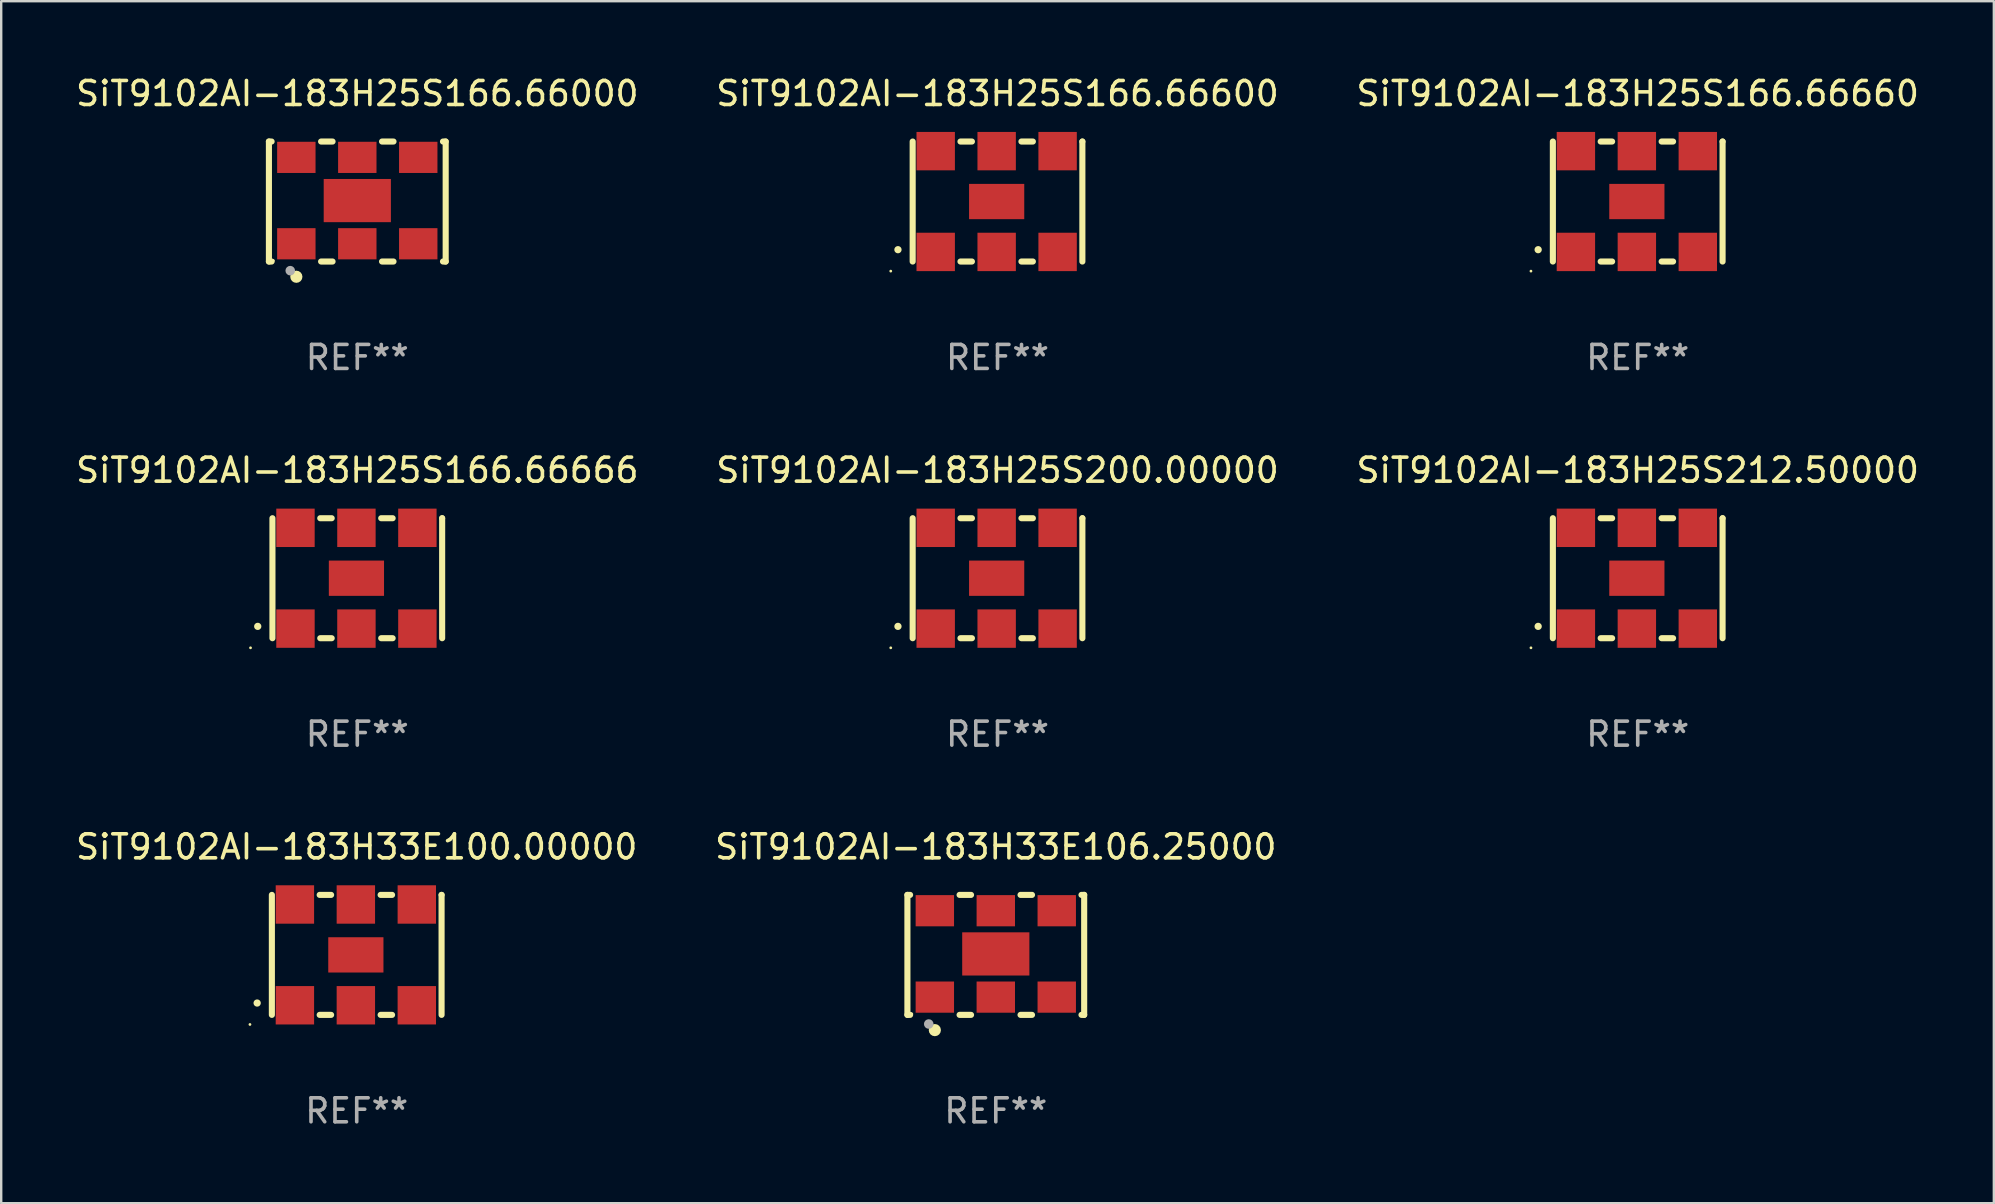
<source format=kicad_pcb>
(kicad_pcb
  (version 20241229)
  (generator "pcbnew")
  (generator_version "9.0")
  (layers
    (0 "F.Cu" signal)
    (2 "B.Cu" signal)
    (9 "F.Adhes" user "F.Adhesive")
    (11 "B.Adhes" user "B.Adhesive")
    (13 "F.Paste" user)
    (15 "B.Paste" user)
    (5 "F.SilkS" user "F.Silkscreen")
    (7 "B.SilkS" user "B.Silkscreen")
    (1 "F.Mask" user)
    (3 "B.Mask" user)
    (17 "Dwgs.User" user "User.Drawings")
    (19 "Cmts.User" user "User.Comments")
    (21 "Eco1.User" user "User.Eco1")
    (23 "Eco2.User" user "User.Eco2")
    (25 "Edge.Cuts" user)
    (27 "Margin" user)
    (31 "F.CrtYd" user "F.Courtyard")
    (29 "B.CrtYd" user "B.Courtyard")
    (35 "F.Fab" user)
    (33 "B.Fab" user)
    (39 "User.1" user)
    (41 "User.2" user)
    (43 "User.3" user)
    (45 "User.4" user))
  (footprint "SiT9102AI-183H33E100.00000"
    (layer "F.Cu")
    (at 11.815 36.741)
    (property "Reference" "SiT9102AI-183H33E100.00000" (at 0 -4.5 0) (layer "F.SilkS") (effects (font (size 1 1) (thickness 0.15))))
    (attr through_hole)
    (fp_line (start -3.536 -2.5) (end -3.536 2.5) (stroke (width 0.254) (type solid)) (layer "F.SilkS"))
    (fp_line (start -1.544 2.5) (end -1.067 2.5) (stroke (width 0.254) (type solid)) (layer "F.SilkS"))
    (fp_line (start -1.067 -2.5) (end -1.544 -2.5) (stroke (width 0.254) (type solid)) (layer "F.SilkS"))
    (fp_line (start 0.996 2.5) (end 1.473 2.5) (stroke (width 0.254) (type solid)) (layer "F.SilkS"))
    (fp_line (start 1.473 -2.5) (end 0.996 -2.5) (stroke (width 0.254) (type solid)) (layer "F.SilkS"))
    (fp_line (start 3.536 -2.5) (end 3.536 -2.5) (stroke (width 0.254) (type solid)) (layer "F.SilkS"))
    (fp_line (start 3.536 2.5) (end 3.536 -2.5) (stroke (width 0.254) (type solid)) (layer "F.SilkS"))
    (fp_arc (start -4.150432 2.006604) (mid -4.149162 2.006599) (end -4.147892 2.006604) (stroke (width 0.3) (type solid)) (layer "F.SilkS"))
    (fp_circle (center -4.449 2.9) (end -4.419 2.9) (stroke (width 0.06) (type solid)) (fill no) (layer "F.SilkS"))
    (fp_text user "REF**" (at 0 6.5 0) (layer "F.Fab") (effects (font (size 1 1) (thickness 0.15))))
    (pad "1" smd rect (at -2.576 2.1) (size 1.6 1.6) (layers "F.Cu" "F.Mask" "F.Paste"))
    (pad "2" smd rect (at -0.036 2.1) (size 1.6 1.6) (layers "F.Cu" "F.Mask" "F.Paste"))
    (pad "3" smd rect (at 2.504 2.1) (size 1.6 1.6) (layers "F.Cu" "F.Mask" "F.Paste"))
    (pad "4" smd rect (at 2.504 -2.1) (size 1.6 1.6) (layers "F.Cu" "F.Mask" "F.Paste"))
    (pad "5" smd rect (at -0.036 -2.1) (size 1.6 1.6) (layers "F.Cu" "F.Mask" "F.Paste"))
    (pad "6" smd rect (at -2.576 -2.1) (size 1.6 1.6) (layers "F.Cu" "F.Mask" "F.Paste"))
    (pad "7" smd rect (at -0.036 0) (size 2.3 1.47) (layers "F.Cu" "F.Mask" "F.Paste")))
  (footprint "SiT9102AI-183H33E106.25000"
    (layer "F.Cu")
    (at 38.446 36.741)
    (property "Reference" "SiT9102AI-183H33E106.25000" (at 0 -4.5 0) (layer "F.SilkS") (effects (font (size 1 1) (thickness 0.15))))
    (attr through_hole)
    (fp_line (start -3.683 -2.5) (end -3.571 -2.5) (stroke (width 0.254) (type solid)) (layer "F.SilkS"))
    (fp_line (start -3.683 2.5) (end -3.683 -2.5) (stroke (width 0.254) (type solid)) (layer "F.SilkS"))
    (fp_line (start -3.683 2.5) (end -3.571 2.5) (stroke (width 0.254) (type solid)) (layer "F.SilkS"))
    (fp_line (start -1.509 -2.5) (end -1.031 -2.5) (stroke (width 0.254) (type solid)) (layer "F.SilkS"))
    (fp_line (start -1.509 2.5) (end -1.031 2.5) (stroke (width 0.254) (type solid)) (layer "F.SilkS"))
    (fp_line (start 1.031 -2.5) (end 1.509 -2.5) (stroke (width 0.254) (type solid)) (layer "F.SilkS"))
    (fp_line (start 1.031 2.5) (end 1.509 2.5) (stroke (width 0.254) (type solid)) (layer "F.SilkS"))
    (fp_line (start 3.571 -2.5) (end 3.683 -2.5) (stroke (width 0.254) (type solid)) (layer "F.SilkS"))
    (fp_line (start 3.571 2.5) (end 3.683 2.5) (stroke (width 0.254) (type solid)) (layer "F.SilkS"))
    (fp_line (start 3.683 2.5) (end 3.683 -2.5) (stroke (width 0.254) (type solid)) (layer "F.SilkS"))
    (fp_circle (center -3.5 2.46) (end -3.47 2.46) (stroke (width 0.06) (type solid)) (fill no) (layer "F.SilkS"))
    (fp_circle (center -2.54 3.135) (end -2.413 3.135) (stroke (width 0.254) (type solid)) (fill no) (layer "F.SilkS"))
    (fp_circle (center -2.794 2.881) (end -2.694 2.881) (stroke (width 0.2) (type solid)) (fill no) (layer "F.Fab"))
    (fp_text user "REF**" (at 0 6.5 0) (layer "F.Fab") (effects (font (size 1 1) (thickness 0.15))))
    (pad "1" smd rect (at -2.54 1.76) (size 1.6 1.3) (layers "F.Cu" "F.Mask" "F.Paste"))
    (pad "2" smd rect (at 0 1.76) (size 1.6 1.3) (layers "F.Cu" "F.Mask" "F.Paste"))
    (pad "3" smd rect (at 2.54 1.76) (size 1.6 1.3) (layers "F.Cu" "F.Mask" "F.Paste"))
    (pad "4" smd rect (at 2.54 -1.84) (size 1.6 1.3) (layers "F.Cu" "F.Mask" "F.Paste"))
    (pad "5" smd rect (at 0 -1.84) (size 1.6 1.3) (layers "F.Cu" "F.Mask" "F.Paste"))
    (pad "6" smd rect (at -2.54 -1.84) (size 1.6 1.3) (layers "F.Cu" "F.Mask" "F.Paste"))
    (pad "7" smd rect (at 0 -0.04) (size 2.8 1.8) (layers "F.Cu" "F.Mask" "F.Paste")))
  (footprint "SiT9102AI-183H25S212.50000"
    (layer "F.Cu")
    (at 65.196 21.045)
    (property "Reference" "SiT9102AI-183H25S212.50000" (at 0 -4.5 0) (layer "F.SilkS") (effects (font (size 1 1) (thickness 0.15))))
    (attr through_hole)
    (fp_line (start -3.536 -2.5) (end -3.536 2.5) (stroke (width 0.254) (type solid)) (layer "F.SilkS"))
    (fp_line (start -1.544 2.5) (end -1.067 2.5) (stroke (width 0.254) (type solid)) (layer "F.SilkS"))
    (fp_line (start -1.067 -2.5) (end -1.544 -2.5) (stroke (width 0.254) (type solid)) (layer "F.SilkS"))
    (fp_line (start 0.996 2.5) (end 1.473 2.5) (stroke (width 0.254) (type solid)) (layer "F.SilkS"))
    (fp_line (start 1.473 -2.5) (end 0.996 -2.5) (stroke (width 0.254) (type solid)) (layer "F.SilkS"))
    (fp_line (start 3.536 -2.5) (end 3.536 -2.5) (stroke (width 0.254) (type solid)) (layer "F.SilkS"))
    (fp_line (start 3.536 2.5) (end 3.536 -2.5) (stroke (width 0.254) (type solid)) (layer "F.SilkS"))
    (fp_arc (start -4.150432 2.006604) (mid -4.149162 2.006599) (end -4.147892 2.006604) (stroke (width 0.3) (type solid)) (layer "F.SilkS"))
    (fp_circle (center -4.449 2.9) (end -4.419 2.9) (stroke (width 0.06) (type solid)) (fill no) (layer "F.SilkS"))
    (fp_text user "REF**" (at 0 6.5 0) (layer "F.Fab") (effects (font (size 1 1) (thickness 0.15))))
    (pad "1" smd rect (at -2.576 2.1) (size 1.6 1.6) (layers "F.Cu" "F.Mask" "F.Paste"))
    (pad "2" smd rect (at -0.036 2.1) (size 1.6 1.6) (layers "F.Cu" "F.Mask" "F.Paste"))
    (pad "3" smd rect (at 2.504 2.1) (size 1.6 1.6) (layers "F.Cu" "F.Mask" "F.Paste"))
    (pad "4" smd rect (at 2.504 -2.1) (size 1.6 1.6) (layers "F.Cu" "F.Mask" "F.Paste"))
    (pad "5" smd rect (at -0.036 -2.1) (size 1.6 1.6) (layers "F.Cu" "F.Mask" "F.Paste"))
    (pad "6" smd rect (at -2.576 -2.1) (size 1.6 1.6) (layers "F.Cu" "F.Mask" "F.Paste"))
    (pad "7" smd rect (at -0.036 0) (size 2.3 1.47) (layers "F.Cu" "F.Mask" "F.Paste")))
  (footprint "SiT9102AI-183H25S200.00000"
    (layer "F.Cu")
    (at 38.518 21.045)
    (property "Reference" "SiT9102AI-183H25S200.00000" (at 0 -4.5 0) (layer "F.SilkS") (effects (font (size 1 1) (thickness 0.15))))
    (attr through_hole)
    (fp_line (start -3.536 -2.5) (end -3.536 2.5) (stroke (width 0.254) (type solid)) (layer "F.SilkS"))
    (fp_line (start -1.544 2.5) (end -1.067 2.5) (stroke (width 0.254) (type solid)) (layer "F.SilkS"))
    (fp_line (start -1.067 -2.5) (end -1.544 -2.5) (stroke (width 0.254) (type solid)) (layer "F.SilkS"))
    (fp_line (start 0.996 2.5) (end 1.473 2.5) (stroke (width 0.254) (type solid)) (layer "F.SilkS"))
    (fp_line (start 1.473 -2.5) (end 0.996 -2.5) (stroke (width 0.254) (type solid)) (layer "F.SilkS"))
    (fp_line (start 3.536 -2.5) (end 3.536 -2.5) (stroke (width 0.254) (type solid)) (layer "F.SilkS"))
    (fp_line (start 3.536 2.5) (end 3.536 -2.5) (stroke (width 0.254) (type solid)) (layer "F.SilkS"))
    (fp_arc (start -4.150432 2.006604) (mid -4.149162 2.006599) (end -4.147892 2.006604) (stroke (width 0.3) (type solid)) (layer "F.SilkS"))
    (fp_circle (center -4.449 2.9) (end -4.419 2.9) (stroke (width 0.06) (type solid)) (fill no) (layer "F.SilkS"))
    (fp_text user "REF**" (at 0 6.5 0) (layer "F.Fab") (effects (font (size 1 1) (thickness 0.15))))
    (pad "1" smd rect (at -2.576 2.1) (size 1.6 1.6) (layers "F.Cu" "F.Mask" "F.Paste"))
    (pad "2" smd rect (at -0.036 2.1) (size 1.6 1.6) (layers "F.Cu" "F.Mask" "F.Paste"))
    (pad "3" smd rect (at 2.504 2.1) (size 1.6 1.6) (layers "F.Cu" "F.Mask" "F.Paste"))
    (pad "4" smd rect (at 2.504 -2.1) (size 1.6 1.6) (layers "F.Cu" "F.Mask" "F.Paste"))
    (pad "5" smd rect (at -0.036 -2.1) (size 1.6 1.6) (layers "F.Cu" "F.Mask" "F.Paste"))
    (pad "6" smd rect (at -2.576 -2.1) (size 1.6 1.6) (layers "F.Cu" "F.Mask" "F.Paste"))
    (pad "7" smd rect (at -0.036 0) (size 2.3 1.47) (layers "F.Cu" "F.Mask" "F.Paste")))
  (footprint "SiT9102AI-183H25S166.66000"
    (layer "F.Cu")
    (at 11.839 5.348)
    (property "Reference" "SiT9102AI-183H25S166.66000" (at 0 -4.5 0) (layer "F.SilkS") (effects (font (size 1 1) (thickness 0.15))))
    (attr through_hole)
    (fp_line (start -3.683 -2.5) (end -3.571 -2.5) (stroke (width 0.254) (type solid)) (layer "F.SilkS"))
    (fp_line (start -3.683 2.5) (end -3.683 -2.5) (stroke (width 0.254) (type solid)) (layer "F.SilkS"))
    (fp_line (start -3.683 2.5) (end -3.571 2.5) (stroke (width 0.254) (type solid)) (layer "F.SilkS"))
    (fp_line (start -1.509 -2.5) (end -1.031 -2.5) (stroke (width 0.254) (type solid)) (layer "F.SilkS"))
    (fp_line (start -1.509 2.5) (end -1.031 2.5) (stroke (width 0.254) (type solid)) (layer "F.SilkS"))
    (fp_line (start 1.031 -2.5) (end 1.509 -2.5) (stroke (width 0.254) (type solid)) (layer "F.SilkS"))
    (fp_line (start 1.031 2.5) (end 1.509 2.5) (stroke (width 0.254) (type solid)) (layer "F.SilkS"))
    (fp_line (start 3.571 -2.5) (end 3.683 -2.5) (stroke (width 0.254) (type solid)) (layer "F.SilkS"))
    (fp_line (start 3.571 2.5) (end 3.683 2.5) (stroke (width 0.254) (type solid)) (layer "F.SilkS"))
    (fp_line (start 3.683 2.5) (end 3.683 -2.5) (stroke (width 0.254) (type solid)) (layer "F.SilkS"))
    (fp_circle (center -3.5 2.46) (end -3.47 2.46) (stroke (width 0.06) (type solid)) (fill no) (layer "F.SilkS"))
    (fp_circle (center -2.54 3.135) (end -2.413 3.135) (stroke (width 0.254) (type solid)) (fill no) (layer "F.SilkS"))
    (fp_circle (center -2.794 2.881) (end -2.694 2.881) (stroke (width 0.2) (type solid)) (fill no) (layer "F.Fab"))
    (fp_text user "REF**" (at 0 6.5 0) (layer "F.Fab") (effects (font (size 1 1) (thickness 0.15))))
    (pad "1" smd rect (at -2.54 1.76) (size 1.6 1.3) (layers "F.Cu" "F.Mask" "F.Paste"))
    (pad "2" smd rect (at 0 1.76) (size 1.6 1.3) (layers "F.Cu" "F.Mask" "F.Paste"))
    (pad "3" smd rect (at 2.54 1.76) (size 1.6 1.3) (layers "F.Cu" "F.Mask" "F.Paste"))
    (pad "4" smd rect (at 2.54 -1.84) (size 1.6 1.3) (layers "F.Cu" "F.Mask" "F.Paste"))
    (pad "5" smd rect (at 0 -1.84) (size 1.6 1.3) (layers "F.Cu" "F.Mask" "F.Paste"))
    (pad "6" smd rect (at -2.54 -1.84) (size 1.6 1.3) (layers "F.Cu" "F.Mask" "F.Paste"))
    (pad "7" smd rect (at 0 -0.04) (size 2.8 1.8) (layers "F.Cu" "F.Mask" "F.Paste")))
  (footprint "SiT9102AI-183H25S166.66660"
    (layer "F.Cu")
    (at 65.196 5.348)
    (property "Reference" "SiT9102AI-183H25S166.66660" (at 0 -4.5 0) (layer "F.SilkS") (effects (font (size 1 1) (thickness 0.15))))
    (attr through_hole)
    (fp_line (start -3.536 -2.5) (end -3.536 2.5) (stroke (width 0.254) (type solid)) (layer "F.SilkS"))
    (fp_line (start -1.544 2.5) (end -1.067 2.5) (stroke (width 0.254) (type solid)) (layer "F.SilkS"))
    (fp_line (start -1.067 -2.5) (end -1.544 -2.5) (stroke (width 0.254) (type solid)) (layer "F.SilkS"))
    (fp_line (start 0.996 2.5) (end 1.473 2.5) (stroke (width 0.254) (type solid)) (layer "F.SilkS"))
    (fp_line (start 1.473 -2.5) (end 0.996 -2.5) (stroke (width 0.254) (type solid)) (layer "F.SilkS"))
    (fp_line (start 3.536 -2.5) (end 3.536 -2.5) (stroke (width 0.254) (type solid)) (layer "F.SilkS"))
    (fp_line (start 3.536 2.5) (end 3.536 -2.5) (stroke (width 0.254) (type solid)) (layer "F.SilkS"))
    (fp_arc (start -4.150432 2.006604) (mid -4.149162 2.006599) (end -4.147892 2.006604) (stroke (width 0.3) (type solid)) (layer "F.SilkS"))
    (fp_circle (center -4.449 2.9) (end -4.419 2.9) (stroke (width 0.06) (type solid)) (fill no) (layer "F.SilkS"))
    (fp_text user "REF**" (at 0 6.5 0) (layer "F.Fab") (effects (font (size 1 1) (thickness 0.15))))
    (pad "1" smd rect (at -2.576 2.1) (size 1.6 1.6) (layers "F.Cu" "F.Mask" "F.Paste"))
    (pad "2" smd rect (at -0.036 2.1) (size 1.6 1.6) (layers "F.Cu" "F.Mask" "F.Paste"))
    (pad "3" smd rect (at 2.504 2.1) (size 1.6 1.6) (layers "F.Cu" "F.Mask" "F.Paste"))
    (pad "4" smd rect (at 2.504 -2.1) (size 1.6 1.6) (layers "F.Cu" "F.Mask" "F.Paste"))
    (pad "5" smd rect (at -0.036 -2.1) (size 1.6 1.6) (layers "F.Cu" "F.Mask" "F.Paste"))
    (pad "6" smd rect (at -2.576 -2.1) (size 1.6 1.6) (layers "F.Cu" "F.Mask" "F.Paste"))
    (pad "7" smd rect (at -0.036 0) (size 2.3 1.47) (layers "F.Cu" "F.Mask" "F.Paste")))
  (footprint "SiT9102AI-183H25S166.66600"
    (layer "F.Cu")
    (at 38.518 5.348)
    (property "Reference" "SiT9102AI-183H25S166.66600" (at 0 -4.5 0) (layer "F.SilkS") (effects (font (size 1 1) (thickness 0.15))))
    (attr through_hole)
    (fp_line (start -3.536 -2.5) (end -3.536 2.5) (stroke (width 0.254) (type solid)) (layer "F.SilkS"))
    (fp_line (start -1.544 2.5) (end -1.067 2.5) (stroke (width 0.254) (type solid)) (layer "F.SilkS"))
    (fp_line (start -1.067 -2.5) (end -1.544 -2.5) (stroke (width 0.254) (type solid)) (layer "F.SilkS"))
    (fp_line (start 0.996 2.5) (end 1.473 2.5) (stroke (width 0.254) (type solid)) (layer "F.SilkS"))
    (fp_line (start 1.473 -2.5) (end 0.996 -2.5) (stroke (width 0.254) (type solid)) (layer "F.SilkS"))
    (fp_line (start 3.536 -2.5) (end 3.536 -2.5) (stroke (width 0.254) (type solid)) (layer "F.SilkS"))
    (fp_line (start 3.536 2.5) (end 3.536 -2.5) (stroke (width 0.254) (type solid)) (layer "F.SilkS"))
    (fp_arc (start -4.150432 2.006604) (mid -4.149162 2.006599) (end -4.147892 2.006604) (stroke (width 0.3) (type solid)) (layer "F.SilkS"))
    (fp_circle (center -4.449 2.9) (end -4.419 2.9) (stroke (width 0.06) (type solid)) (fill no) (layer "F.SilkS"))
    (fp_text user "REF**" (at 0 6.5 0) (layer "F.Fab") (effects (font (size 1 1) (thickness 0.15))))
    (pad "1" smd rect (at -2.576 2.1) (size 1.6 1.6) (layers "F.Cu" "F.Mask" "F.Paste"))
    (pad "2" smd rect (at -0.036 2.1) (size 1.6 1.6) (layers "F.Cu" "F.Mask" "F.Paste"))
    (pad "3" smd rect (at 2.504 2.1) (size 1.6 1.6) (layers "F.Cu" "F.Mask" "F.Paste"))
    (pad "4" smd rect (at 2.504 -2.1) (size 1.6 1.6) (layers "F.Cu" "F.Mask" "F.Paste"))
    (pad "5" smd rect (at -0.036 -2.1) (size 1.6 1.6) (layers "F.Cu" "F.Mask" "F.Paste"))
    (pad "6" smd rect (at -2.576 -2.1) (size 1.6 1.6) (layers "F.Cu" "F.Mask" "F.Paste"))
    (pad "7" smd rect (at -0.036 0) (size 2.3 1.47) (layers "F.Cu" "F.Mask" "F.Paste")))
  (footprint "SiT9102AI-183H25S166.66666"
    (layer "F.Cu")
    (at 11.839 21.045)
    (property "Reference" "SiT9102AI-183H25S166.66666" (at 0 -4.5 0) (layer "F.SilkS") (effects (font (size 1 1) (thickness 0.15))))
    (attr through_hole)
    (fp_line (start -3.536 -2.5) (end -3.536 2.5) (stroke (width 0.254) (type solid)) (layer "F.SilkS"))
    (fp_line (start -1.544 2.5) (end -1.067 2.5) (stroke (width 0.254) (type solid)) (layer "F.SilkS"))
    (fp_line (start -1.067 -2.5) (end -1.544 -2.5) (stroke (width 0.254) (type solid)) (layer "F.SilkS"))
    (fp_line (start 0.996 2.5) (end 1.473 2.5) (stroke (width 0.254) (type solid)) (layer "F.SilkS"))
    (fp_line (start 1.473 -2.5) (end 0.996 -2.5) (stroke (width 0.254) (type solid)) (layer "F.SilkS"))
    (fp_line (start 3.536 -2.5) (end 3.536 -2.5) (stroke (width 0.254) (type solid)) (layer "F.SilkS"))
    (fp_line (start 3.536 2.5) (end 3.536 -2.5) (stroke (width 0.254) (type solid)) (layer "F.SilkS"))
    (fp_arc (start -4.150432 2.006604) (mid -4.149162 2.006599) (end -4.147892 2.006604) (stroke (width 0.3) (type solid)) (layer "F.SilkS"))
    (fp_circle (center -4.449 2.9) (end -4.419 2.9) (stroke (width 0.06) (type solid)) (fill no) (layer "F.SilkS"))
    (fp_text user "REF**" (at 0 6.5 0) (layer "F.Fab") (effects (font (size 1 1) (thickness 0.15))))
    (pad "1" smd rect (at -2.576 2.1) (size 1.6 1.6) (layers "F.Cu" "F.Mask" "F.Paste"))
    (pad "2" smd rect (at -0.036 2.1) (size 1.6 1.6) (layers "F.Cu" "F.Mask" "F.Paste"))
    (pad "3" smd rect (at 2.504 2.1) (size 1.6 1.6) (layers "F.Cu" "F.Mask" "F.Paste"))
    (pad "4" smd rect (at 2.504 -2.1) (size 1.6 1.6) (layers "F.Cu" "F.Mask" "F.Paste"))
    (pad "5" smd rect (at -0.036 -2.1) (size 1.6 1.6) (layers "F.Cu" "F.Mask" "F.Paste"))
    (pad "6" smd rect (at -2.576 -2.1) (size 1.6 1.6) (layers "F.Cu" "F.Mask" "F.Paste"))
    (pad "7" smd rect (at -0.036 0) (size 2.3 1.47) (layers "F.Cu" "F.Mask" "F.Paste")))
  (gr_rect
    (start -3 -3)
    (end 80.036 47.09)
    (stroke (width 0.1) (type default))
    (fill no)
    (layer "Edge.Cuts")))
</source>
